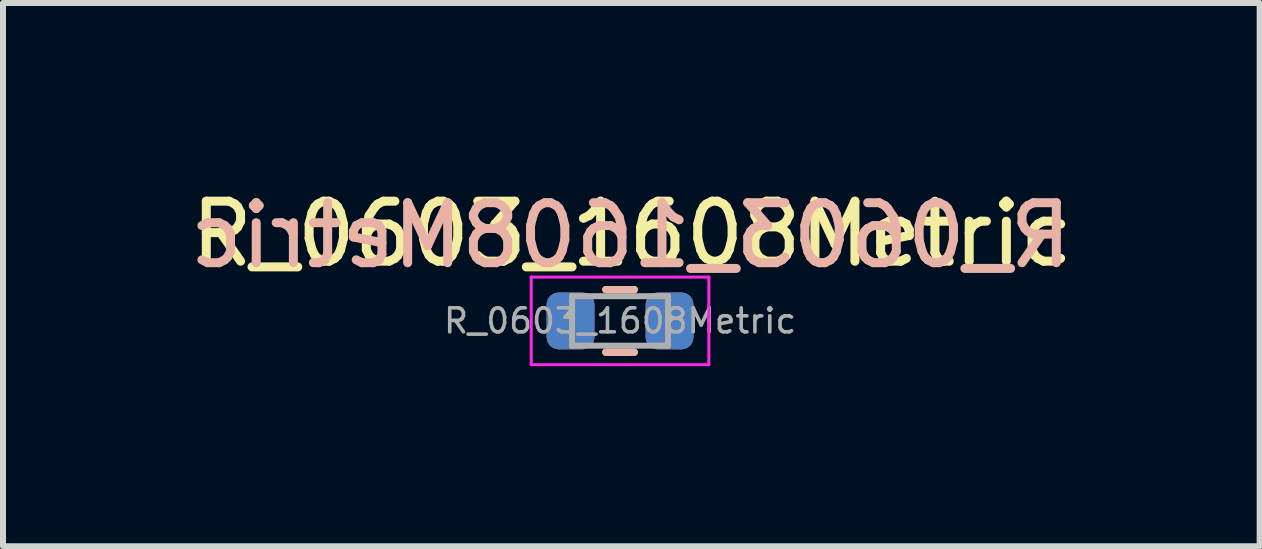
<source format=kicad_pcb>
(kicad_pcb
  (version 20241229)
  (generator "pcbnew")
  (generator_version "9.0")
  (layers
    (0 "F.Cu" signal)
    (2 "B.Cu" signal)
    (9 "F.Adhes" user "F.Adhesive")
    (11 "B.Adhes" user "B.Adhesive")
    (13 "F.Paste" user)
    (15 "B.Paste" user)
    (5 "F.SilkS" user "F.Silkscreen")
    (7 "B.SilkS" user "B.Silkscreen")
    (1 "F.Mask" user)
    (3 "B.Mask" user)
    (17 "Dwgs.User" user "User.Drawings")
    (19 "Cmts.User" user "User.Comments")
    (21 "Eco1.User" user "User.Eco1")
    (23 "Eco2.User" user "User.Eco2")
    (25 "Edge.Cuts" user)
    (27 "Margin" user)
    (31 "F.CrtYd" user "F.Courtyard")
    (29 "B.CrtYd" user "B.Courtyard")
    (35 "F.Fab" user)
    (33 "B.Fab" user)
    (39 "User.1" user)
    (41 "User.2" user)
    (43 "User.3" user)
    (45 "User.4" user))
  (footprint "R_0603_1608Metric"
    (layer "F.Cu")
    (at 7.283 2.298)
    (property "Reference" "R_0603_1608Metric" (at 0.2 -1.45 0) (layer "F.SilkS") (effects (font (size 1 1) (thickness 0.15))))
    (attr smd)
    (fp_line (start -0.237 -0.522) (end 0.237 -0.522) (stroke (width 0.12) (type solid)) (layer "F.SilkS"))
    (fp_line (start -0.237 0.522) (end 0.237 0.522) (stroke (width 0.12) (type solid)) (layer "F.SilkS"))
    (fp_line (start 0.237 -0.522) (end -0.237 -0.522) (stroke (width 0.12) (type solid)) (layer "B.SilkS"))
    (fp_line (start 0.237 0.522) (end -0.237 0.522) (stroke (width 0.12) (type solid)) (layer "B.SilkS"))
    (fp_line (start -1.48 -0.73) (end 1.48 -0.73) (stroke (width 0.05) (type solid)) (layer "F.CrtYd"))
    (fp_line (start -1.48 0.73) (end -1.48 -0.73) (stroke (width 0.05) (type solid)) (layer "F.CrtYd"))
    (fp_line (start 1.48 -0.73) (end 1.48 0.73) (stroke (width 0.05) (type solid)) (layer "F.CrtYd"))
    (fp_line (start 1.48 0.73) (end -1.48 0.73) (stroke (width 0.05) (type solid)) (layer "F.CrtYd"))
    (fp_line (start -0.8 -0.412) (end 0.8 -0.412) (stroke (width 0.1) (type solid)) (layer "F.Fab"))
    (fp_line (start -0.8 0.412) (end -0.8 -0.412) (stroke (width 0.1) (type solid)) (layer "F.Fab"))
    (fp_line (start 0.8 -0.412) (end 0.8 0.412) (stroke (width 0.1) (type solid)) (layer "F.Fab"))
    (fp_line (start 0.8 0.412) (end -0.8 0.412) (stroke (width 0.1) (type solid)) (layer "F.Fab"))
    (fp_text user "${REFERENCE}" (at 0.175 -1.425 0) (layer "B.SilkS") (effects (font (size 1 1) (thickness 0.15)) (justify mirror)))
    (fp_text user "${REFERENCE}" (at 0 0 0) (layer "F.Fab") (effects (font (size 0.4 0.4) (thickness 0.06))))
    (pad "1" smd roundrect (at -0.825 0) (size 0.8 0.95) (layers "F.Cu" "F.Mask" "F.Paste") (roundrect_rratio 0.25))
    (pad "1" smd roundrect (at -0.825 0) (size 0.8 0.95) (layers "B.Cu" "B.Mask" "B.Paste") (roundrect_rratio 0.25))
    (pad "2" smd roundrect (at 0.825 0) (size 0.8 0.95) (layers "F.Cu" "F.Mask" "F.Paste") (roundrect_rratio 0.25))
    (pad "2" smd roundrect (at 0.825 0) (size 0.8 0.95) (layers "B.Cu" "B.Mask" "B.Paste") (roundrect_rratio 0.25)))
  (gr_rect
    (start -3 -3)
    (end 17.942 6.053)
    (stroke (width 0.1) (type default))
    (fill no)
    (layer "Edge.Cuts")))
</source>
